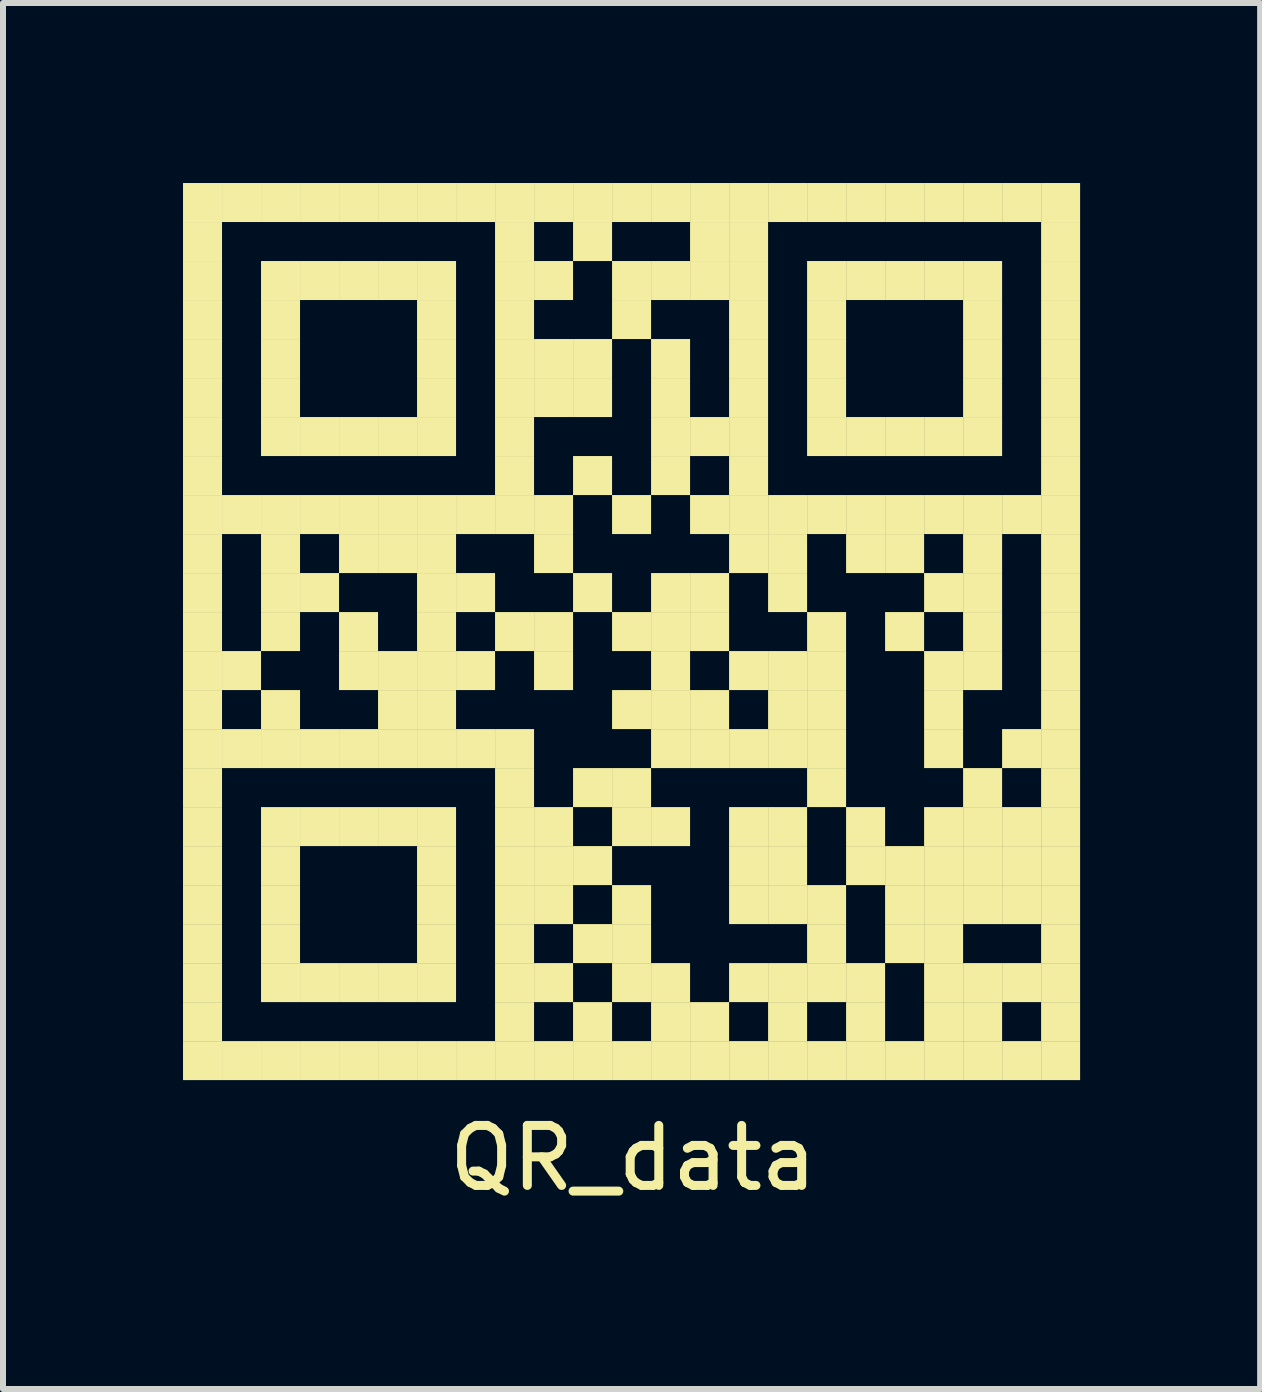
<source format=kicad_pcb>
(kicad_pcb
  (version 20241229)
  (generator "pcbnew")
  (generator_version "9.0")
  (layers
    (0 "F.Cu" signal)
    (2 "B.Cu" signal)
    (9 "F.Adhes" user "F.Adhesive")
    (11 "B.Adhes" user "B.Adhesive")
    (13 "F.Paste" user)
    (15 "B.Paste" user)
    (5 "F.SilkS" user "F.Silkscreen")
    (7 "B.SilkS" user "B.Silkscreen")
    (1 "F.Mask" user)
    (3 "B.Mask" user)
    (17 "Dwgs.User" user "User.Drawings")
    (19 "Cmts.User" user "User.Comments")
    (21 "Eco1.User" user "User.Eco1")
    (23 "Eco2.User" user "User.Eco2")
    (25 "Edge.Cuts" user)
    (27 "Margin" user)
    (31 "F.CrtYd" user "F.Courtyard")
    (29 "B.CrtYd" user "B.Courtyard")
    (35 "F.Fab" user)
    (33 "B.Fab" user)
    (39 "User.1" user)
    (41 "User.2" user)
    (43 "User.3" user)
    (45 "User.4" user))
  (footprint "QR_data"
    (layer "F.Cu")
    (at 7.5 7.5)
    (property "Reference" "QR_data" (at 0 8.75 0) (layer "F.SilkS") (effects (font (size 1 1) (thickness 0.15))))
    (attr exclude_from_pos_files exclude_from_bom)
    (fp_poly (pts (xy -7.5 -7.5) (xy -7.5 -6.85) (xy -6.85 -6.85) (xy -6.85 -7.5)) (stroke (width 0) (type solid)) (fill yes) (layer "F.SilkS"))
    (fp_poly (pts (xy -7.5 -6.85) (xy -7.5 -6.2) (xy -6.85 -6.2) (xy -6.85 -6.85)) (stroke (width 0) (type solid)) (fill yes) (layer "F.SilkS"))
    (fp_poly (pts (xy -7.5 -6.2) (xy -7.5 -5.55) (xy -6.85 -5.55) (xy -6.85 -6.2)) (stroke (width 0) (type solid)) (fill yes) (layer "F.SilkS"))
    (fp_poly (pts (xy -7.5 -5.55) (xy -7.5 -4.9) (xy -6.85 -4.9) (xy -6.85 -5.55)) (stroke (width 0) (type solid)) (fill yes) (layer "F.SilkS"))
    (fp_poly (pts (xy -7.5 -4.9) (xy -7.5 -4.25) (xy -6.85 -4.25) (xy -6.85 -4.9)) (stroke (width 0) (type solid)) (fill yes) (layer "F.SilkS"))
    (fp_poly (pts (xy -7.5 -4.25) (xy -7.5 -3.6) (xy -6.85 -3.6) (xy -6.85 -4.25)) (stroke (width 0) (type solid)) (fill yes) (layer "F.SilkS"))
    (fp_poly (pts (xy -7.5 -3.6) (xy -7.5 -2.95) (xy -6.85 -2.95) (xy -6.85 -3.6)) (stroke (width 0) (type solid)) (fill yes) (layer "F.SilkS"))
    (fp_poly (pts (xy -7.5 -2.95) (xy -7.5 -2.3) (xy -6.85 -2.3) (xy -6.85 -2.95)) (stroke (width 0) (type solid)) (fill yes) (layer "F.SilkS"))
    (fp_poly (pts (xy -7.5 -2.3) (xy -7.5 -1.65) (xy -6.85 -1.65) (xy -6.85 -2.3)) (stroke (width 0) (type solid)) (fill yes) (layer "F.SilkS"))
    (fp_poly (pts (xy -7.5 -1.65) (xy -7.5 -1) (xy -6.85 -1) (xy -6.85 -1.65)) (stroke (width 0) (type solid)) (fill yes) (layer "F.SilkS"))
    (fp_poly (pts (xy -7.5 -1) (xy -7.5 -0.35) (xy -6.85 -0.35) (xy -6.85 -1)) (stroke (width 0) (type solid)) (fill yes) (layer "F.SilkS"))
    (fp_poly (pts (xy -7.5 -0.35) (xy -7.5 0.3) (xy -6.85 0.3) (xy -6.85 -0.35)) (stroke (width 0) (type solid)) (fill yes) (layer "F.SilkS"))
    (fp_poly (pts (xy -7.5 0.3) (xy -7.5 0.95) (xy -6.85 0.95) (xy -6.85 0.3)) (stroke (width 0) (type solid)) (fill yes) (layer "F.SilkS"))
    (fp_poly (pts (xy -7.5 0.95) (xy -7.5 1.6) (xy -6.85 1.6) (xy -6.85 0.95)) (stroke (width 0) (type solid)) (fill yes) (layer "F.SilkS"))
    (fp_poly (pts (xy -7.5 1.6) (xy -7.5 2.25) (xy -6.85 2.25) (xy -6.85 1.6)) (stroke (width 0) (type solid)) (fill yes) (layer "F.SilkS"))
    (fp_poly (pts (xy -7.5 2.25) (xy -7.5 2.9) (xy -6.85 2.9) (xy -6.85 2.25)) (stroke (width 0) (type solid)) (fill yes) (layer "F.SilkS"))
    (fp_poly (pts (xy -7.5 2.9) (xy -7.5 3.55) (xy -6.85 3.55) (xy -6.85 2.9)) (stroke (width 0) (type solid)) (fill yes) (layer "F.SilkS"))
    (fp_poly (pts (xy -7.5 3.55) (xy -7.5 4.2) (xy -6.85 4.2) (xy -6.85 3.55)) (stroke (width 0) (type solid)) (fill yes) (layer "F.SilkS"))
    (fp_poly (pts (xy -7.5 4.2) (xy -7.5 4.85) (xy -6.85 4.85) (xy -6.85 4.2)) (stroke (width 0) (type solid)) (fill yes) (layer "F.SilkS"))
    (fp_poly (pts (xy -7.5 4.85) (xy -7.5 5.5) (xy -6.85 5.5) (xy -6.85 4.85)) (stroke (width 0) (type solid)) (fill yes) (layer "F.SilkS"))
    (fp_poly (pts (xy -7.5 5.5) (xy -7.5 6.15) (xy -6.85 6.15) (xy -6.85 5.5)) (stroke (width 0) (type solid)) (fill yes) (layer "F.SilkS"))
    (fp_poly (pts (xy -7.5 6.15) (xy -7.5 6.8) (xy -6.85 6.8) (xy -6.85 6.15)) (stroke (width 0) (type solid)) (fill yes) (layer "F.SilkS"))
    (fp_poly (pts (xy -7.5 6.8) (xy -7.5 7.45) (xy -6.85 7.45) (xy -6.85 6.8)) (stroke (width 0) (type solid)) (fill yes) (layer "F.SilkS"))
    (fp_poly (pts (xy -6.85 -7.5) (xy -6.85 -6.85) (xy -6.2 -6.85) (xy -6.2 -7.5)) (stroke (width 0) (type solid)) (fill yes) (layer "F.SilkS"))
    (fp_poly (pts (xy -6.85 -2.3) (xy -6.85 -1.65) (xy -6.2 -1.65) (xy -6.2 -2.3)) (stroke (width 0) (type solid)) (fill yes) (layer "F.SilkS"))
    (fp_poly (pts (xy -6.85 0.3) (xy -6.85 0.95) (xy -6.2 0.95) (xy -6.2 0.3)) (stroke (width 0) (type solid)) (fill yes) (layer "F.SilkS"))
    (fp_poly (pts (xy -6.85 1.6) (xy -6.85 2.25) (xy -6.2 2.25) (xy -6.2 1.6)) (stroke (width 0) (type solid)) (fill yes) (layer "F.SilkS"))
    (fp_poly (pts (xy -6.85 6.8) (xy -6.85 7.45) (xy -6.2 7.45) (xy -6.2 6.8)) (stroke (width 0) (type solid)) (fill yes) (layer "F.SilkS"))
    (fp_poly (pts (xy -6.2 -7.5) (xy -6.2 -6.85) (xy -5.55 -6.85) (xy -5.55 -7.5)) (stroke (width 0) (type solid)) (fill yes) (layer "F.SilkS"))
    (fp_poly (pts (xy -6.2 -6.2) (xy -6.2 -5.55) (xy -5.55 -5.55) (xy -5.55 -6.2)) (stroke (width 0) (type solid)) (fill yes) (layer "F.SilkS"))
    (fp_poly (pts (xy -6.2 -5.55) (xy -6.2 -4.9) (xy -5.55 -4.9) (xy -5.55 -5.55)) (stroke (width 0) (type solid)) (fill yes) (layer "F.SilkS"))
    (fp_poly (pts (xy -6.2 -4.9) (xy -6.2 -4.25) (xy -5.55 -4.25) (xy -5.55 -4.9)) (stroke (width 0) (type solid)) (fill yes) (layer "F.SilkS"))
    (fp_poly (pts (xy -6.2 -4.25) (xy -6.2 -3.6) (xy -5.55 -3.6) (xy -5.55 -4.25)) (stroke (width 0) (type solid)) (fill yes) (layer "F.SilkS"))
    (fp_poly (pts (xy -6.2 -3.6) (xy -6.2 -2.95) (xy -5.55 -2.95) (xy -5.55 -3.6)) (stroke (width 0) (type solid)) (fill yes) (layer "F.SilkS"))
    (fp_poly (pts (xy -6.2 -2.3) (xy -6.2 -1.65) (xy -5.55 -1.65) (xy -5.55 -2.3)) (stroke (width 0) (type solid)) (fill yes) (layer "F.SilkS"))
    (fp_poly (pts (xy -6.2 -1.65) (xy -6.2 -1) (xy -5.55 -1) (xy -5.55 -1.65)) (stroke (width 0) (type solid)) (fill yes) (layer "F.SilkS"))
    (fp_poly (pts (xy -6.2 -1) (xy -6.2 -0.35) (xy -5.55 -0.35) (xy -5.55 -1)) (stroke (width 0) (type solid)) (fill yes) (layer "F.SilkS"))
    (fp_poly (pts (xy -6.2 -0.35) (xy -6.2 0.3) (xy -5.55 0.3) (xy -5.55 -0.35)) (stroke (width 0) (type solid)) (fill yes) (layer "F.SilkS"))
    (fp_poly (pts (xy -6.2 0.95) (xy -6.2 1.6) (xy -5.55 1.6) (xy -5.55 0.95)) (stroke (width 0) (type solid)) (fill yes) (layer "F.SilkS"))
    (fp_poly (pts (xy -6.2 1.6) (xy -6.2 2.25) (xy -5.55 2.25) (xy -5.55 1.6)) (stroke (width 0) (type solid)) (fill yes) (layer "F.SilkS"))
    (fp_poly (pts (xy -6.2 2.9) (xy -6.2 3.55) (xy -5.55 3.55) (xy -5.55 2.9)) (stroke (width 0) (type solid)) (fill yes) (layer "F.SilkS"))
    (fp_poly (pts (xy -6.2 3.55) (xy -6.2 4.2) (xy -5.55 4.2) (xy -5.55 3.55)) (stroke (width 0) (type solid)) (fill yes) (layer "F.SilkS"))
    (fp_poly (pts (xy -6.2 4.2) (xy -6.2 4.85) (xy -5.55 4.85) (xy -5.55 4.2)) (stroke (width 0) (type solid)) (fill yes) (layer "F.SilkS"))
    (fp_poly (pts (xy -6.2 4.85) (xy -6.2 5.5) (xy -5.55 5.5) (xy -5.55 4.85)) (stroke (width 0) (type solid)) (fill yes) (layer "F.SilkS"))
    (fp_poly (pts (xy -6.2 5.5) (xy -6.2 6.15) (xy -5.55 6.15) (xy -5.55 5.5)) (stroke (width 0) (type solid)) (fill yes) (layer "F.SilkS"))
    (fp_poly (pts (xy -6.2 6.8) (xy -6.2 7.45) (xy -5.55 7.45) (xy -5.55 6.8)) (stroke (width 0) (type solid)) (fill yes) (layer "F.SilkS"))
    (fp_poly (pts (xy -5.55 -7.5) (xy -5.55 -6.85) (xy -4.9 -6.85) (xy -4.9 -7.5)) (stroke (width 0) (type solid)) (fill yes) (layer "F.SilkS"))
    (fp_poly (pts (xy -5.55 -6.2) (xy -5.55 -5.55) (xy -4.9 -5.55) (xy -4.9 -6.2)) (stroke (width 0) (type solid)) (fill yes) (layer "F.SilkS"))
    (fp_poly (pts (xy -5.55 -3.6) (xy -5.55 -2.95) (xy -4.9 -2.95) (xy -4.9 -3.6)) (stroke (width 0) (type solid)) (fill yes) (layer "F.SilkS"))
    (fp_poly (pts (xy -5.55 -2.3) (xy -5.55 -1.65) (xy -4.9 -1.65) (xy -4.9 -2.3)) (stroke (width 0) (type solid)) (fill yes) (layer "F.SilkS"))
    (fp_poly (pts (xy -5.55 -1) (xy -5.55 -0.35) (xy -4.9 -0.35) (xy -4.9 -1)) (stroke (width 0) (type solid)) (fill yes) (layer "F.SilkS"))
    (fp_poly (pts (xy -5.55 1.6) (xy -5.55 2.25) (xy -4.9 2.25) (xy -4.9 1.6)) (stroke (width 0) (type solid)) (fill yes) (layer "F.SilkS"))
    (fp_poly (pts (xy -5.55 2.9) (xy -5.55 3.55) (xy -4.9 3.55) (xy -4.9 2.9)) (stroke (width 0) (type solid)) (fill yes) (layer "F.SilkS"))
    (fp_poly (pts (xy -5.55 5.5) (xy -5.55 6.15) (xy -4.9 6.15) (xy -4.9 5.5)) (stroke (width 0) (type solid)) (fill yes) (layer "F.SilkS"))
    (fp_poly (pts (xy -5.55 6.8) (xy -5.55 7.45) (xy -4.9 7.45) (xy -4.9 6.8)) (stroke (width 0) (type solid)) (fill yes) (layer "F.SilkS"))
    (fp_poly (pts (xy -4.9 -7.5) (xy -4.9 -6.85) (xy -4.25 -6.85) (xy -4.25 -7.5)) (stroke (width 0) (type solid)) (fill yes) (layer "F.SilkS"))
    (fp_poly (pts (xy -4.9 -6.2) (xy -4.9 -5.55) (xy -4.25 -5.55) (xy -4.25 -6.2)) (stroke (width 0) (type solid)) (fill yes) (layer "F.SilkS"))
    (fp_poly (pts (xy -4.9 -3.6) (xy -4.9 -2.95) (xy -4.25 -2.95) (xy -4.25 -3.6)) (stroke (width 0) (type solid)) (fill yes) (layer "F.SilkS"))
    (fp_poly (pts (xy -4.9 -2.3) (xy -4.9 -1.65) (xy -4.25 -1.65) (xy -4.25 -2.3)) (stroke (width 0) (type solid)) (fill yes) (layer "F.SilkS"))
    (fp_poly (pts (xy -4.9 -1.65) (xy -4.9 -1) (xy -4.25 -1) (xy -4.25 -1.65)) (stroke (width 0) (type solid)) (fill yes) (layer "F.SilkS"))
    (fp_poly (pts (xy -4.9 -0.35) (xy -4.9 0.3) (xy -4.25 0.3) (xy -4.25 -0.35)) (stroke (width 0) (type solid)) (fill yes) (layer "F.SilkS"))
    (fp_poly (pts (xy -4.9 0.3) (xy -4.9 0.95) (xy -4.25 0.95) (xy -4.25 0.3)) (stroke (width 0) (type solid)) (fill yes) (layer "F.SilkS"))
    (fp_poly (pts (xy -4.9 1.6) (xy -4.9 2.25) (xy -4.25 2.25) (xy -4.25 1.6)) (stroke (width 0) (type solid)) (fill yes) (layer "F.SilkS"))
    (fp_poly (pts (xy -4.9 2.9) (xy -4.9 3.55) (xy -4.25 3.55) (xy -4.25 2.9)) (stroke (width 0) (type solid)) (fill yes) (layer "F.SilkS"))
    (fp_poly (pts (xy -4.9 5.5) (xy -4.9 6.15) (xy -4.25 6.15) (xy -4.25 5.5)) (stroke (width 0) (type solid)) (fill yes) (layer "F.SilkS"))
    (fp_poly (pts (xy -4.9 6.8) (xy -4.9 7.45) (xy -4.25 7.45) (xy -4.25 6.8)) (stroke (width 0) (type solid)) (fill yes) (layer "F.SilkS"))
    (fp_poly (pts (xy -4.25 -7.5) (xy -4.25 -6.85) (xy -3.6 -6.85) (xy -3.6 -7.5)) (stroke (width 0) (type solid)) (fill yes) (layer "F.SilkS"))
    (fp_poly (pts (xy -4.25 -6.2) (xy -4.25 -5.55) (xy -3.6 -5.55) (xy -3.6 -6.2)) (stroke (width 0) (type solid)) (fill yes) (layer "F.SilkS"))
    (fp_poly (pts (xy -4.25 -3.6) (xy -4.25 -2.95) (xy -3.6 -2.95) (xy -3.6 -3.6)) (stroke (width 0) (type solid)) (fill yes) (layer "F.SilkS"))
    (fp_poly (pts (xy -4.25 -2.3) (xy -4.25 -1.65) (xy -3.6 -1.65) (xy -3.6 -2.3)) (stroke (width 0) (type solid)) (fill yes) (layer "F.SilkS"))
    (fp_poly (pts (xy -4.25 -1.65) (xy -4.25 -1) (xy -3.6 -1) (xy -3.6 -1.65)) (stroke (width 0) (type solid)) (fill yes) (layer "F.SilkS"))
    (fp_poly (pts (xy -4.25 0.3) (xy -4.25 0.95) (xy -3.6 0.95) (xy -3.6 0.3)) (stroke (width 0) (type solid)) (fill yes) (layer "F.SilkS"))
    (fp_poly (pts (xy -4.25 0.95) (xy -4.25 1.6) (xy -3.6 1.6) (xy -3.6 0.95)) (stroke (width 0) (type solid)) (fill yes) (layer "F.SilkS"))
    (fp_poly (pts (xy -4.25 1.6) (xy -4.25 2.25) (xy -3.6 2.25) (xy -3.6 1.6)) (stroke (width 0) (type solid)) (fill yes) (layer "F.SilkS"))
    (fp_poly (pts (xy -4.25 2.9) (xy -4.25 3.55) (xy -3.6 3.55) (xy -3.6 2.9)) (stroke (width 0) (type solid)) (fill yes) (layer "F.SilkS"))
    (fp_poly (pts (xy -4.25 5.5) (xy -4.25 6.15) (xy -3.6 6.15) (xy -3.6 5.5)) (stroke (width 0) (type solid)) (fill yes) (layer "F.SilkS"))
    (fp_poly (pts (xy -4.25 6.8) (xy -4.25 7.45) (xy -3.6 7.45) (xy -3.6 6.8)) (stroke (width 0) (type solid)) (fill yes) (layer "F.SilkS"))
    (fp_poly (pts (xy -3.6 -7.5) (xy -3.6 -6.85) (xy -2.95 -6.85) (xy -2.95 -7.5)) (stroke (width 0) (type solid)) (fill yes) (layer "F.SilkS"))
    (fp_poly (pts (xy -3.6 -6.2) (xy -3.6 -5.55) (xy -2.95 -5.55) (xy -2.95 -6.2)) (stroke (width 0) (type solid)) (fill yes) (layer "F.SilkS"))
    (fp_poly (pts (xy -3.6 -5.55) (xy -3.6 -4.9) (xy -2.95 -4.9) (xy -2.95 -5.55)) (stroke (width 0) (type solid)) (fill yes) (layer "F.SilkS"))
    (fp_poly (pts (xy -3.6 -4.9) (xy -3.6 -4.25) (xy -2.95 -4.25) (xy -2.95 -4.9)) (stroke (width 0) (type solid)) (fill yes) (layer "F.SilkS"))
    (fp_poly (pts (xy -3.6 -4.25) (xy -3.6 -3.6) (xy -2.95 -3.6) (xy -2.95 -4.25)) (stroke (width 0) (type solid)) (fill yes) (layer "F.SilkS"))
    (fp_poly (pts (xy -3.6 -3.6) (xy -3.6 -2.95) (xy -2.95 -2.95) (xy -2.95 -3.6)) (stroke (width 0) (type solid)) (fill yes) (layer "F.SilkS"))
    (fp_poly (pts (xy -3.6 -2.3) (xy -3.6 -1.65) (xy -2.95 -1.65) (xy -2.95 -2.3)) (stroke (width 0) (type solid)) (fill yes) (layer "F.SilkS"))
    (fp_poly (pts (xy -3.6 -1.65) (xy -3.6 -1) (xy -2.95 -1) (xy -2.95 -1.65)) (stroke (width 0) (type solid)) (fill yes) (layer "F.SilkS"))
    (fp_poly (pts (xy -3.6 -1) (xy -3.6 -0.35) (xy -2.95 -0.35) (xy -2.95 -1)) (stroke (width 0) (type solid)) (fill yes) (layer "F.SilkS"))
    (fp_poly (pts (xy -3.6 -0.35) (xy -3.6 0.3) (xy -2.95 0.3) (xy -2.95 -0.35)) (stroke (width 0) (type solid)) (fill yes) (layer "F.SilkS"))
    (fp_poly (pts (xy -3.6 0.3) (xy -3.6 0.95) (xy -2.95 0.95) (xy -2.95 0.3)) (stroke (width 0) (type solid)) (fill yes) (layer "F.SilkS"))
    (fp_poly (pts (xy -3.6 0.95) (xy -3.6 1.6) (xy -2.95 1.6) (xy -2.95 0.95)) (stroke (width 0) (type solid)) (fill yes) (layer "F.SilkS"))
    (fp_poly (pts (xy -3.6 1.6) (xy -3.6 2.25) (xy -2.95 2.25) (xy -2.95 1.6)) (stroke (width 0) (type solid)) (fill yes) (layer "F.SilkS"))
    (fp_poly (pts (xy -3.6 2.9) (xy -3.6 3.55) (xy -2.95 3.55) (xy -2.95 2.9)) (stroke (width 0) (type solid)) (fill yes) (layer "F.SilkS"))
    (fp_poly (pts (xy -3.6 3.55) (xy -3.6 4.2) (xy -2.95 4.2) (xy -2.95 3.55)) (stroke (width 0) (type solid)) (fill yes) (layer "F.SilkS"))
    (fp_poly (pts (xy -3.6 4.2) (xy -3.6 4.85) (xy -2.95 4.85) (xy -2.95 4.2)) (stroke (width 0) (type solid)) (fill yes) (layer "F.SilkS"))
    (fp_poly (pts (xy -3.6 4.85) (xy -3.6 5.5) (xy -2.95 5.5) (xy -2.95 4.85)) (stroke (width 0) (type solid)) (fill yes) (layer "F.SilkS"))
    (fp_poly (pts (xy -3.6 5.5) (xy -3.6 6.15) (xy -2.95 6.15) (xy -2.95 5.5)) (stroke (width 0) (type solid)) (fill yes) (layer "F.SilkS"))
    (fp_poly (pts (xy -3.6 6.8) (xy -3.6 7.45) (xy -2.95 7.45) (xy -2.95 6.8)) (stroke (width 0) (type solid)) (fill yes) (layer "F.SilkS"))
    (fp_poly (pts (xy -2.95 -7.5) (xy -2.95 -6.85) (xy -2.3 -6.85) (xy -2.3 -7.5)) (stroke (width 0) (type solid)) (fill yes) (layer "F.SilkS"))
    (fp_poly (pts (xy -2.95 -2.3) (xy -2.95 -1.65) (xy -2.3 -1.65) (xy -2.3 -2.3)) (stroke (width 0) (type solid)) (fill yes) (layer "F.SilkS"))
    (fp_poly (pts (xy -2.95 -1) (xy -2.95 -0.35) (xy -2.3 -0.35) (xy -2.3 -1)) (stroke (width 0) (type solid)) (fill yes) (layer "F.SilkS"))
    (fp_poly (pts (xy -2.95 0.3) (xy -2.95 0.95) (xy -2.3 0.95) (xy -2.3 0.3)) (stroke (width 0) (type solid)) (fill yes) (layer "F.SilkS"))
    (fp_poly (pts (xy -2.95 1.6) (xy -2.95 2.25) (xy -2.3 2.25) (xy -2.3 1.6)) (stroke (width 0) (type solid)) (fill yes) (layer "F.SilkS"))
    (fp_poly (pts (xy -2.95 6.8) (xy -2.95 7.45) (xy -2.3 7.45) (xy -2.3 6.8)) (stroke (width 0) (type solid)) (fill yes) (layer "F.SilkS"))
    (fp_poly (pts (xy -2.3 -7.5) (xy -2.3 -6.85) (xy -1.65 -6.85) (xy -1.65 -7.5)) (stroke (width 0) (type solid)) (fill yes) (layer "F.SilkS"))
    (fp_poly (pts (xy -2.3 -6.85) (xy -2.3 -6.2) (xy -1.65 -6.2) (xy -1.65 -6.85)) (stroke (width 0) (type solid)) (fill yes) (layer "F.SilkS"))
    (fp_poly (pts (xy -2.3 -6.2) (xy -2.3 -5.55) (xy -1.65 -5.55) (xy -1.65 -6.2)) (stroke (width 0) (type solid)) (fill yes) (layer "F.SilkS"))
    (fp_poly (pts (xy -2.3 -5.55) (xy -2.3 -4.9) (xy -1.65 -4.9) (xy -1.65 -5.55)) (stroke (width 0) (type solid)) (fill yes) (layer "F.SilkS"))
    (fp_poly (pts (xy -2.3 -4.9) (xy -2.3 -4.25) (xy -1.65 -4.25) (xy -1.65 -4.9)) (stroke (width 0) (type solid)) (fill yes) (layer "F.SilkS"))
    (fp_poly (pts (xy -2.3 -4.25) (xy -2.3 -3.6) (xy -1.65 -3.6) (xy -1.65 -4.25)) (stroke (width 0) (type solid)) (fill yes) (layer "F.SilkS"))
    (fp_poly (pts (xy -2.3 -3.6) (xy -2.3 -2.95) (xy -1.65 -2.95) (xy -1.65 -3.6)) (stroke (width 0) (type solid)) (fill yes) (layer "F.SilkS"))
    (fp_poly (pts (xy -2.3 -2.95) (xy -2.3 -2.3) (xy -1.65 -2.3) (xy -1.65 -2.95)) (stroke (width 0) (type solid)) (fill yes) (layer "F.SilkS"))
    (fp_poly (pts (xy -2.3 -2.3) (xy -2.3 -1.65) (xy -1.65 -1.65) (xy -1.65 -2.3)) (stroke (width 0) (type solid)) (fill yes) (layer "F.SilkS"))
    (fp_poly (pts (xy -2.3 -0.35) (xy -2.3 0.3) (xy -1.65 0.3) (xy -1.65 -0.35)) (stroke (width 0) (type solid)) (fill yes) (layer "F.SilkS"))
    (fp_poly (pts (xy -2.3 1.6) (xy -2.3 2.25) (xy -1.65 2.25) (xy -1.65 1.6)) (stroke (width 0) (type solid)) (fill yes) (layer "F.SilkS"))
    (fp_poly (pts (xy -2.3 2.25) (xy -2.3 2.9) (xy -1.65 2.9) (xy -1.65 2.25)) (stroke (width 0) (type solid)) (fill yes) (layer "F.SilkS"))
    (fp_poly (pts (xy -2.3 2.9) (xy -2.3 3.55) (xy -1.65 3.55) (xy -1.65 2.9)) (stroke (width 0) (type solid)) (fill yes) (layer "F.SilkS"))
    (fp_poly (pts (xy -2.3 3.55) (xy -2.3 4.2) (xy -1.65 4.2) (xy -1.65 3.55)) (stroke (width 0) (type solid)) (fill yes) (layer "F.SilkS"))
    (fp_poly (pts (xy -2.3 4.2) (xy -2.3 4.85) (xy -1.65 4.85) (xy -1.65 4.2)) (stroke (width 0) (type solid)) (fill yes) (layer "F.SilkS"))
    (fp_poly (pts (xy -2.3 4.85) (xy -2.3 5.5) (xy -1.65 5.5) (xy -1.65 4.85)) (stroke (width 0) (type solid)) (fill yes) (layer "F.SilkS"))
    (fp_poly (pts (xy -2.3 5.5) (xy -2.3 6.15) (xy -1.65 6.15) (xy -1.65 5.5)) (stroke (width 0) (type solid)) (fill yes) (layer "F.SilkS"))
    (fp_poly (pts (xy -2.3 6.15) (xy -2.3 6.8) (xy -1.65 6.8) (xy -1.65 6.15)) (stroke (width 0) (type solid)) (fill yes) (layer "F.SilkS"))
    (fp_poly (pts (xy -2.3 6.8) (xy -2.3 7.45) (xy -1.65 7.45) (xy -1.65 6.8)) (stroke (width 0) (type solid)) (fill yes) (layer "F.SilkS"))
    (fp_poly (pts (xy -1.65 -7.5) (xy -1.65 -6.85) (xy -1 -6.85) (xy -1 -7.5)) (stroke (width 0) (type solid)) (fill yes) (layer "F.SilkS"))
    (fp_poly (pts (xy -1.65 -6.2) (xy -1.65 -5.55) (xy -1 -5.55) (xy -1 -6.2)) (stroke (width 0) (type solid)) (fill yes) (layer "F.SilkS"))
    (fp_poly (pts (xy -1.65 -4.9) (xy -1.65 -4.25) (xy -1 -4.25) (xy -1 -4.9)) (stroke (width 0) (type solid)) (fill yes) (layer "F.SilkS"))
    (fp_poly (pts (xy -1.65 -4.25) (xy -1.65 -3.6) (xy -1 -3.6) (xy -1 -4.25)) (stroke (width 0) (type solid)) (fill yes) (layer "F.SilkS"))
    (fp_poly (pts (xy -1.65 -2.3) (xy -1.65 -1.65) (xy -1 -1.65) (xy -1 -2.3)) (stroke (width 0) (type solid)) (fill yes) (layer "F.SilkS"))
    (fp_poly (pts (xy -1.65 -1.65) (xy -1.65 -1) (xy -1 -1) (xy -1 -1.65)) (stroke (width 0) (type solid)) (fill yes) (layer "F.SilkS"))
    (fp_poly (pts (xy -1.65 -0.35) (xy -1.65 0.3) (xy -1 0.3) (xy -1 -0.35)) (stroke (width 0) (type solid)) (fill yes) (layer "F.SilkS"))
    (fp_poly (pts (xy -1.65 0.3) (xy -1.65 0.95) (xy -1 0.95) (xy -1 0.3)) (stroke (width 0) (type solid)) (fill yes) (layer "F.SilkS"))
    (fp_poly (pts (xy -1.65 2.9) (xy -1.65 3.55) (xy -1 3.55) (xy -1 2.9)) (stroke (width 0) (type solid)) (fill yes) (layer "F.SilkS"))
    (fp_poly (pts (xy -1.65 3.55) (xy -1.65 4.2) (xy -1 4.2) (xy -1 3.55)) (stroke (width 0) (type solid)) (fill yes) (layer "F.SilkS"))
    (fp_poly (pts (xy -1.65 4.2) (xy -1.65 4.85) (xy -1 4.85) (xy -1 4.2)) (stroke (width 0) (type solid)) (fill yes) (layer "F.SilkS"))
    (fp_poly (pts (xy -1.65 5.5) (xy -1.65 6.15) (xy -1 6.15) (xy -1 5.5)) (stroke (width 0) (type solid)) (fill yes) (layer "F.SilkS"))
    (fp_poly (pts (xy -1.65 6.8) (xy -1.65 7.45) (xy -1 7.45) (xy -1 6.8)) (stroke (width 0) (type solid)) (fill yes) (layer "F.SilkS"))
    (fp_poly (pts (xy -1 -7.5) (xy -1 -6.85) (xy -0.35 -6.85) (xy -0.35 -7.5)) (stroke (width 0) (type solid)) (fill yes) (layer "F.SilkS"))
    (fp_poly (pts (xy -1 -6.85) (xy -1 -6.2) (xy -0.35 -6.2) (xy -0.35 -6.85)) (stroke (width 0) (type solid)) (fill yes) (layer "F.SilkS"))
    (fp_poly (pts (xy -1 -4.9) (xy -1 -4.25) (xy -0.35 -4.25) (xy -0.35 -4.9)) (stroke (width 0) (type solid)) (fill yes) (layer "F.SilkS"))
    (fp_poly (pts (xy -1 -4.25) (xy -1 -3.6) (xy -0.35 -3.6) (xy -0.35 -4.25)) (stroke (width 0) (type solid)) (fill yes) (layer "F.SilkS"))
    (fp_poly (pts (xy -1 -2.95) (xy -1 -2.3) (xy -0.35 -2.3) (xy -0.35 -2.95)) (stroke (width 0) (type solid)) (fill yes) (layer "F.SilkS"))
    (fp_poly (pts (xy -1 -1) (xy -1 -0.35) (xy -0.35 -0.35) (xy -0.35 -1)) (stroke (width 0) (type solid)) (fill yes) (layer "F.SilkS"))
    (fp_poly (pts (xy -1 2.25) (xy -1 2.9) (xy -0.35 2.9) (xy -0.35 2.25)) (stroke (width 0) (type solid)) (fill yes) (layer "F.SilkS"))
    (fp_poly (pts (xy -1 3.55) (xy -1 4.2) (xy -0.35 4.2) (xy -0.35 3.55)) (stroke (width 0) (type solid)) (fill yes) (layer "F.SilkS"))
    (fp_poly (pts (xy -1 4.85) (xy -1 5.5) (xy -0.35 5.5) (xy -0.35 4.85)) (stroke (width 0) (type solid)) (fill yes) (layer "F.SilkS"))
    (fp_poly (pts (xy -1 6.15) (xy -1 6.8) (xy -0.35 6.8) (xy -0.35 6.15)) (stroke (width 0) (type solid)) (fill yes) (layer "F.SilkS"))
    (fp_poly (pts (xy -1 6.8) (xy -1 7.45) (xy -0.35 7.45) (xy -0.35 6.8)) (stroke (width 0) (type solid)) (fill yes) (layer "F.SilkS"))
    (fp_poly (pts (xy -0.35 -7.5) (xy -0.35 -6.85) (xy 0.3 -6.85) (xy 0.3 -7.5)) (stroke (width 0) (type solid)) (fill yes) (layer "F.SilkS"))
    (fp_poly (pts (xy -0.35 -6.2) (xy -0.35 -5.55) (xy 0.3 -5.55) (xy 0.3 -6.2)) (stroke (width 0) (type solid)) (fill yes) (layer "F.SilkS"))
    (fp_poly (pts (xy -0.35 -5.55) (xy -0.35 -4.9) (xy 0.3 -4.9) (xy 0.3 -5.55)) (stroke (width 0) (type solid)) (fill yes) (layer "F.SilkS"))
    (fp_poly (pts (xy -0.35 -2.3) (xy -0.35 -1.65) (xy 0.3 -1.65) (xy 0.3 -2.3)) (stroke (width 0) (type solid)) (fill yes) (layer "F.SilkS"))
    (fp_poly (pts (xy -0.35 -0.35) (xy -0.35 0.3) (xy 0.3 0.3) (xy 0.3 -0.35)) (stroke (width 0) (type solid)) (fill yes) (layer "F.SilkS"))
    (fp_poly (pts (xy -0.35 0.95) (xy -0.35 1.6) (xy 0.3 1.6) (xy 0.3 0.95)) (stroke (width 0) (type solid)) (fill yes) (layer "F.SilkS"))
    (fp_poly (pts (xy -0.35 2.25) (xy -0.35 2.9) (xy 0.3 2.9) (xy 0.3 2.25)) (stroke (width 0) (type solid)) (fill yes) (layer "F.SilkS"))
    (fp_poly (pts (xy -0.35 2.9) (xy -0.35 3.55) (xy 0.3 3.55) (xy 0.3 2.9)) (stroke (width 0) (type solid)) (fill yes) (layer "F.SilkS"))
    (fp_poly (pts (xy -0.35 4.2) (xy -0.35 4.85) (xy 0.3 4.85) (xy 0.3 4.2)) (stroke (width 0) (type solid)) (fill yes) (layer "F.SilkS"))
    (fp_poly (pts (xy -0.35 4.85) (xy -0.35 5.5) (xy 0.3 5.5) (xy 0.3 4.85)) (stroke (width 0) (type solid)) (fill yes) (layer "F.SilkS"))
    (fp_poly (pts (xy -0.35 5.5) (xy -0.35 6.15) (xy 0.3 6.15) (xy 0.3 5.5)) (stroke (width 0) (type solid)) (fill yes) (layer "F.SilkS"))
    (fp_poly (pts (xy -0.35 6.8) (xy -0.35 7.45) (xy 0.3 7.45) (xy 0.3 6.8)) (stroke (width 0) (type solid)) (fill yes) (layer "F.SilkS"))
    (fp_poly (pts (xy 0.3 -7.5) (xy 0.3 -6.85) (xy 0.95 -6.85) (xy 0.95 -7.5)) (stroke (width 0) (type solid)) (fill yes) (layer "F.SilkS"))
    (fp_poly (pts (xy 0.3 -6.2) (xy 0.3 -5.55) (xy 0.95 -5.55) (xy 0.95 -6.2)) (stroke (width 0) (type solid)) (fill yes) (layer "F.SilkS"))
    (fp_poly (pts (xy 0.3 -4.9) (xy 0.3 -4.25) (xy 0.95 -4.25) (xy 0.95 -4.9)) (stroke (width 0) (type solid)) (fill yes) (layer "F.SilkS"))
    (fp_poly (pts (xy 0.3 -4.25) (xy 0.3 -3.6) (xy 0.95 -3.6) (xy 0.95 -4.25)) (stroke (width 0) (type solid)) (fill yes) (layer "F.SilkS"))
    (fp_poly (pts (xy 0.3 -3.6) (xy 0.3 -2.95) (xy 0.95 -2.95) (xy 0.95 -3.6)) (stroke (width 0) (type solid)) (fill yes) (layer "F.SilkS"))
    (fp_poly (pts (xy 0.3 -2.95) (xy 0.3 -2.3) (xy 0.95 -2.3) (xy 0.95 -2.95)) (stroke (width 0) (type solid)) (fill yes) (layer "F.SilkS"))
    (fp_poly (pts (xy 0.3 -1) (xy 0.3 -0.35) (xy 0.95 -0.35) (xy 0.95 -1)) (stroke (width 0) (type solid)) (fill yes) (layer "F.SilkS"))
    (fp_poly (pts (xy 0.3 -0.35) (xy 0.3 0.3) (xy 0.95 0.3) (xy 0.95 -0.35)) (stroke (width 0) (type solid)) (fill yes) (layer "F.SilkS"))
    (fp_poly (pts (xy 0.3 0.3) (xy 0.3 0.95) (xy 0.95 0.95) (xy 0.95 0.3)) (stroke (width 0) (type solid)) (fill yes) (layer "F.SilkS"))
    (fp_poly (pts (xy 0.3 0.95) (xy 0.3 1.6) (xy 0.95 1.6) (xy 0.95 0.95)) (stroke (width 0) (type solid)) (fill yes) (layer "F.SilkS"))
    (fp_poly (pts (xy 0.3 1.6) (xy 0.3 2.25) (xy 0.95 2.25) (xy 0.95 1.6)) (stroke (width 0) (type solid)) (fill yes) (layer "F.SilkS"))
    (fp_poly (pts (xy 0.3 2.9) (xy 0.3 3.55) (xy 0.95 3.55) (xy 0.95 2.9)) (stroke (width 0) (type solid)) (fill yes) (layer "F.SilkS"))
    (fp_poly (pts (xy 0.3 5.5) (xy 0.3 6.15) (xy 0.95 6.15) (xy 0.95 5.5)) (stroke (width 0) (type solid)) (fill yes) (layer "F.SilkS"))
    (fp_poly (pts (xy 0.3 6.15) (xy 0.3 6.8) (xy 0.95 6.8) (xy 0.95 6.15)) (stroke (width 0) (type solid)) (fill yes) (layer "F.SilkS"))
    (fp_poly (pts (xy 0.3 6.8) (xy 0.3 7.45) (xy 0.95 7.45) (xy 0.95 6.8)) (stroke (width 0) (type solid)) (fill yes) (layer "F.SilkS"))
    (fp_poly (pts (xy 0.95 -7.5) (xy 0.95 -6.85) (xy 1.6 -6.85) (xy 1.6 -7.5)) (stroke (width 0) (type solid)) (fill yes) (layer "F.SilkS"))
    (fp_poly (pts (xy 0.95 -6.85) (xy 0.95 -6.2) (xy 1.6 -6.2) (xy 1.6 -6.85)) (stroke (width 0) (type solid)) (fill yes) (layer "F.SilkS"))
    (fp_poly (pts (xy 0.95 -6.2) (xy 0.95 -5.55) (xy 1.6 -5.55) (xy 1.6 -6.2)) (stroke (width 0) (type solid)) (fill yes) (layer "F.SilkS"))
    (fp_poly (pts (xy 0.95 -3.6) (xy 0.95 -2.95) (xy 1.6 -2.95) (xy 1.6 -3.6)) (stroke (width 0) (type solid)) (fill yes) (layer "F.SilkS"))
    (fp_poly (pts (xy 0.95 -2.3) (xy 0.95 -1.65) (xy 1.6 -1.65) (xy 1.6 -2.3)) (stroke (width 0) (type solid)) (fill yes) (layer "F.SilkS"))
    (fp_poly (pts (xy 0.95 -1) (xy 0.95 -0.35) (xy 1.6 -0.35) (xy 1.6 -1)) (stroke (width 0) (type solid)) (fill yes) (layer "F.SilkS"))
    (fp_poly (pts (xy 0.95 -0.35) (xy 0.95 0.3) (xy 1.6 0.3) (xy 1.6 -0.35)) (stroke (width 0) (type solid)) (fill yes) (layer "F.SilkS"))
    (fp_poly (pts (xy 0.95 0.95) (xy 0.95 1.6) (xy 1.6 1.6) (xy 1.6 0.95)) (stroke (width 0) (type solid)) (fill yes) (layer "F.SilkS"))
    (fp_poly (pts (xy 0.95 1.6) (xy 0.95 2.25) (xy 1.6 2.25) (xy 1.6 1.6)) (stroke (width 0) (type solid)) (fill yes) (layer "F.SilkS"))
    (fp_poly (pts (xy 0.95 6.15) (xy 0.95 6.8) (xy 1.6 6.8) (xy 1.6 6.15)) (stroke (width 0) (type solid)) (fill yes) (layer "F.SilkS"))
    (fp_poly (pts (xy 0.95 6.8) (xy 0.95 7.45) (xy 1.6 7.45) (xy 1.6 6.8)) (stroke (width 0) (type solid)) (fill yes) (layer "F.SilkS"))
    (fp_poly (pts (xy 1.6 -7.5) (xy 1.6 -6.85) (xy 2.25 -6.85) (xy 2.25 -7.5)) (stroke (width 0) (type solid)) (fill yes) (layer "F.SilkS"))
    (fp_poly (pts (xy 1.6 -6.85) (xy 1.6 -6.2) (xy 2.25 -6.2) (xy 2.25 -6.85)) (stroke (width 0) (type solid)) (fill yes) (layer "F.SilkS"))
    (fp_poly (pts (xy 1.6 -6.2) (xy 1.6 -5.55) (xy 2.25 -5.55) (xy 2.25 -6.2)) (stroke (width 0) (type solid)) (fill yes) (layer "F.SilkS"))
    (fp_poly (pts (xy 1.6 -5.55) (xy 1.6 -4.9) (xy 2.25 -4.9) (xy 2.25 -5.55)) (stroke (width 0) (type solid)) (fill yes) (layer "F.SilkS"))
    (fp_poly (pts (xy 1.6 -4.9) (xy 1.6 -4.25) (xy 2.25 -4.25) (xy 2.25 -4.9)) (stroke (width 0) (type solid)) (fill yes) (layer "F.SilkS"))
    (fp_poly (pts (xy 1.6 -4.25) (xy 1.6 -3.6) (xy 2.25 -3.6) (xy 2.25 -4.25)) (stroke (width 0) (type solid)) (fill yes) (layer "F.SilkS"))
    (fp_poly (pts (xy 1.6 -3.6) (xy 1.6 -2.95) (xy 2.25 -2.95) (xy 2.25 -3.6)) (stroke (width 0) (type solid)) (fill yes) (layer "F.SilkS"))
    (fp_poly (pts (xy 1.6 -2.95) (xy 1.6 -2.3) (xy 2.25 -2.3) (xy 2.25 -2.95)) (stroke (width 0) (type solid)) (fill yes) (layer "F.SilkS"))
    (fp_poly (pts (xy 1.6 -2.3) (xy 1.6 -1.65) (xy 2.25 -1.65) (xy 2.25 -2.3)) (stroke (width 0) (type solid)) (fill yes) (layer "F.SilkS"))
    (fp_poly (pts (xy 1.6 -1.65) (xy 1.6 -1) (xy 2.25 -1) (xy 2.25 -1.65)) (stroke (width 0) (type solid)) (fill yes) (layer "F.SilkS"))
    (fp_poly (pts (xy 1.6 0.3) (xy 1.6 0.95) (xy 2.25 0.95) (xy 2.25 0.3)) (stroke (width 0) (type solid)) (fill yes) (layer "F.SilkS"))
    (fp_poly (pts (xy 1.6 1.6) (xy 1.6 2.25) (xy 2.25 2.25) (xy 2.25 1.6)) (stroke (width 0) (type solid)) (fill yes) (layer "F.SilkS"))
    (fp_poly (pts (xy 1.6 2.9) (xy 1.6 3.55) (xy 2.25 3.55) (xy 2.25 2.9)) (stroke (width 0) (type solid)) (fill yes) (layer "F.SilkS"))
    (fp_poly (pts (xy 1.6 3.55) (xy 1.6 4.2) (xy 2.25 4.2) (xy 2.25 3.55)) (stroke (width 0) (type solid)) (fill yes) (layer "F.SilkS"))
    (fp_poly (pts (xy 1.6 4.2) (xy 1.6 4.85) (xy 2.25 4.85) (xy 2.25 4.2)) (stroke (width 0) (type solid)) (fill yes) (layer "F.SilkS"))
    (fp_poly (pts (xy 1.6 5.5) (xy 1.6 6.15) (xy 2.25 6.15) (xy 2.25 5.5)) (stroke (width 0) (type solid)) (fill yes) (layer "F.SilkS"))
    (fp_poly (pts (xy 1.6 6.8) (xy 1.6 7.45) (xy 2.25 7.45) (xy 2.25 6.8)) (stroke (width 0) (type solid)) (fill yes) (layer "F.SilkS"))
    (fp_poly (pts (xy 2.25 -7.5) (xy 2.25 -6.85) (xy 2.9 -6.85) (xy 2.9 -7.5)) (stroke (width 0) (type solid)) (fill yes) (layer "F.SilkS"))
    (fp_poly (pts (xy 2.25 -2.3) (xy 2.25 -1.65) (xy 2.9 -1.65) (xy 2.9 -2.3)) (stroke (width 0) (type solid)) (fill yes) (layer "F.SilkS"))
    (fp_poly (pts (xy 2.25 -1.65) (xy 2.25 -1) (xy 2.9 -1) (xy 2.9 -1.65)) (stroke (width 0) (type solid)) (fill yes) (layer "F.SilkS"))
    (fp_poly (pts (xy 2.25 -1) (xy 2.25 -0.35) (xy 2.9 -0.35) (xy 2.9 -1)) (stroke (width 0) (type solid)) (fill yes) (layer "F.SilkS"))
    (fp_poly (pts (xy 2.25 0.3) (xy 2.25 0.95) (xy 2.9 0.95) (xy 2.9 0.3)) (stroke (width 0) (type solid)) (fill yes) (layer "F.SilkS"))
    (fp_poly (pts (xy 2.25 0.95) (xy 2.25 1.6) (xy 2.9 1.6) (xy 2.9 0.95)) (stroke (width 0) (type solid)) (fill yes) (layer "F.SilkS"))
    (fp_poly (pts (xy 2.25 1.6) (xy 2.25 2.25) (xy 2.9 2.25) (xy 2.9 1.6)) (stroke (width 0) (type solid)) (fill yes) (layer "F.SilkS"))
    (fp_poly (pts (xy 2.25 2.9) (xy 2.25 3.55) (xy 2.9 3.55) (xy 2.9 2.9)) (stroke (width 0) (type solid)) (fill yes) (layer "F.SilkS"))
    (fp_poly (pts (xy 2.25 3.55) (xy 2.25 4.2) (xy 2.9 4.2) (xy 2.9 3.55)) (stroke (width 0) (type solid)) (fill yes) (layer "F.SilkS"))
    (fp_poly (pts (xy 2.25 4.2) (xy 2.25 4.85) (xy 2.9 4.85) (xy 2.9 4.2)) (stroke (width 0) (type solid)) (fill yes) (layer "F.SilkS"))
    (fp_poly (pts (xy 2.25 5.5) (xy 2.25 6.15) (xy 2.9 6.15) (xy 2.9 5.5)) (stroke (width 0) (type solid)) (fill yes) (layer "F.SilkS"))
    (fp_poly (pts (xy 2.25 6.15) (xy 2.25 6.8) (xy 2.9 6.8) (xy 2.9 6.15)) (stroke (width 0) (type solid)) (fill yes) (layer "F.SilkS"))
    (fp_poly (pts (xy 2.25 6.8) (xy 2.25 7.45) (xy 2.9 7.45) (xy 2.9 6.8)) (stroke (width 0) (type solid)) (fill yes) (layer "F.SilkS"))
    (fp_poly (pts (xy 2.9 -7.5) (xy 2.9 -6.85) (xy 3.55 -6.85) (xy 3.55 -7.5)) (stroke (width 0) (type solid)) (fill yes) (layer "F.SilkS"))
    (fp_poly (pts (xy 2.9 -6.2) (xy 2.9 -5.55) (xy 3.55 -5.55) (xy 3.55 -6.2)) (stroke (width 0) (type solid)) (fill yes) (layer "F.SilkS"))
    (fp_poly (pts (xy 2.9 -5.55) (xy 2.9 -4.9) (xy 3.55 -4.9) (xy 3.55 -5.55)) (stroke (width 0) (type solid)) (fill yes) (layer "F.SilkS"))
    (fp_poly (pts (xy 2.9 -4.9) (xy 2.9 -4.25) (xy 3.55 -4.25) (xy 3.55 -4.9)) (stroke (width 0) (type solid)) (fill yes) (layer "F.SilkS"))
    (fp_poly (pts (xy 2.9 -4.25) (xy 2.9 -3.6) (xy 3.55 -3.6) (xy 3.55 -4.25)) (stroke (width 0) (type solid)) (fill yes) (layer "F.SilkS"))
    (fp_poly (pts (xy 2.9 -3.6) (xy 2.9 -2.95) (xy 3.55 -2.95) (xy 3.55 -3.6)) (stroke (width 0) (type solid)) (fill yes) (layer "F.SilkS"))
    (fp_poly (pts (xy 2.9 -2.3) (xy 2.9 -1.65) (xy 3.55 -1.65) (xy 3.55 -2.3)) (stroke (width 0) (type solid)) (fill yes) (layer "F.SilkS"))
    (fp_poly (pts (xy 2.9 -0.35) (xy 2.9 0.3) (xy 3.55 0.3) (xy 3.55 -0.35)) (stroke (width 0) (type solid)) (fill yes) (layer "F.SilkS"))
    (fp_poly (pts (xy 2.9 0.3) (xy 2.9 0.95) (xy 3.55 0.95) (xy 3.55 0.3)) (stroke (width 0) (type solid)) (fill yes) (layer "F.SilkS"))
    (fp_poly (pts (xy 2.9 0.95) (xy 2.9 1.6) (xy 3.55 1.6) (xy 3.55 0.95)) (stroke (width 0) (type solid)) (fill yes) (layer "F.SilkS"))
    (fp_poly (pts (xy 2.9 1.6) (xy 2.9 2.25) (xy 3.55 2.25) (xy 3.55 1.6)) (stroke (width 0) (type solid)) (fill yes) (layer "F.SilkS"))
    (fp_poly (pts (xy 2.9 2.25) (xy 2.9 2.9) (xy 3.55 2.9) (xy 3.55 2.25)) (stroke (width 0) (type solid)) (fill yes) (layer "F.SilkS"))
    (fp_poly (pts (xy 2.9 4.2) (xy 2.9 4.85) (xy 3.55 4.85) (xy 3.55 4.2)) (stroke (width 0) (type solid)) (fill yes) (layer "F.SilkS"))
    (fp_poly (pts (xy 2.9 4.85) (xy 2.9 5.5) (xy 3.55 5.5) (xy 3.55 4.85)) (stroke (width 0) (type solid)) (fill yes) (layer "F.SilkS"))
    (fp_poly (pts (xy 2.9 5.5) (xy 2.9 6.15) (xy 3.55 6.15) (xy 3.55 5.5)) (stroke (width 0) (type solid)) (fill yes) (layer "F.SilkS"))
    (fp_poly (pts (xy 2.9 6.8) (xy 2.9 7.45) (xy 3.55 7.45) (xy 3.55 6.8)) (stroke (width 0) (type solid)) (fill yes) (layer "F.SilkS"))
    (fp_poly (pts (xy 3.55 -7.5) (xy 3.55 -6.85) (xy 4.2 -6.85) (xy 4.2 -7.5)) (stroke (width 0) (type solid)) (fill yes) (layer "F.SilkS"))
    (fp_poly (pts (xy 3.55 -6.2) (xy 3.55 -5.55) (xy 4.2 -5.55) (xy 4.2 -6.2)) (stroke (width 0) (type solid)) (fill yes) (layer "F.SilkS"))
    (fp_poly (pts (xy 3.55 -3.6) (xy 3.55 -2.95) (xy 4.2 -2.95) (xy 4.2 -3.6)) (stroke (width 0) (type solid)) (fill yes) (layer "F.SilkS"))
    (fp_poly (pts (xy 3.55 -2.3) (xy 3.55 -1.65) (xy 4.2 -1.65) (xy 4.2 -2.3)) (stroke (width 0) (type solid)) (fill yes) (layer "F.SilkS"))
    (fp_poly (pts (xy 3.55 -1.65) (xy 3.55 -1) (xy 4.2 -1) (xy 4.2 -1.65)) (stroke (width 0) (type solid)) (fill yes) (layer "F.SilkS"))
    (fp_poly (pts (xy 3.55 2.9) (xy 3.55 3.55) (xy 4.2 3.55) (xy 4.2 2.9)) (stroke (width 0) (type solid)) (fill yes) (layer "F.SilkS"))
    (fp_poly (pts (xy 3.55 3.55) (xy 3.55 4.2) (xy 4.2 4.2) (xy 4.2 3.55)) (stroke (width 0) (type solid)) (fill yes) (layer "F.SilkS"))
    (fp_poly (pts (xy 3.55 5.5) (xy 3.55 6.15) (xy 4.2 6.15) (xy 4.2 5.5)) (stroke (width 0) (type solid)) (fill yes) (layer "F.SilkS"))
    (fp_poly (pts (xy 3.55 6.15) (xy 3.55 6.8) (xy 4.2 6.8) (xy 4.2 6.15)) (stroke (width 0) (type solid)) (fill yes) (layer "F.SilkS"))
    (fp_poly (pts (xy 3.55 6.8) (xy 3.55 7.45) (xy 4.2 7.45) (xy 4.2 6.8)) (stroke (width 0) (type solid)) (fill yes) (layer "F.SilkS"))
    (fp_poly (pts (xy 4.2 -7.5) (xy 4.2 -6.85) (xy 4.85 -6.85) (xy 4.85 -7.5)) (stroke (width 0) (type solid)) (fill yes) (layer "F.SilkS"))
    (fp_poly (pts (xy 4.2 -6.2) (xy 4.2 -5.55) (xy 4.85 -5.55) (xy 4.85 -6.2)) (stroke (width 0) (type solid)) (fill yes) (layer "F.SilkS"))
    (fp_poly (pts (xy 4.2 -3.6) (xy 4.2 -2.95) (xy 4.85 -2.95) (xy 4.85 -3.6)) (stroke (width 0) (type solid)) (fill yes) (layer "F.SilkS"))
    (fp_poly (pts (xy 4.2 -2.3) (xy 4.2 -1.65) (xy 4.85 -1.65) (xy 4.85 -2.3)) (stroke (width 0) (type solid)) (fill yes) (layer "F.SilkS"))
    (fp_poly (pts (xy 4.2 -1.65) (xy 4.2 -1) (xy 4.85 -1) (xy 4.85 -1.65)) (stroke (width 0) (type solid)) (fill yes) (layer "F.SilkS"))
    (fp_poly (pts (xy 4.2 -0.35) (xy 4.2 0.3) (xy 4.85 0.3) (xy 4.85 -0.35)) (stroke (width 0) (type solid)) (fill yes) (layer "F.SilkS"))
    (fp_poly (pts (xy 4.2 3.55) (xy 4.2 4.2) (xy 4.85 4.2) (xy 4.85 3.55)) (stroke (width 0) (type solid)) (fill yes) (layer "F.SilkS"))
    (fp_poly (pts (xy 4.2 4.2) (xy 4.2 4.85) (xy 4.85 4.85) (xy 4.85 4.2)) (stroke (width 0) (type solid)) (fill yes) (layer "F.SilkS"))
    (fp_poly (pts (xy 4.2 4.85) (xy 4.2 5.5) (xy 4.85 5.5) (xy 4.85 4.85)) (stroke (width 0) (type solid)) (fill yes) (layer "F.SilkS"))
    (fp_poly (pts (xy 4.2 6.8) (xy 4.2 7.45) (xy 4.85 7.45) (xy 4.85 6.8)) (stroke (width 0) (type solid)) (fill yes) (layer "F.SilkS"))
    (fp_poly (pts (xy 4.85 -7.5) (xy 4.85 -6.85) (xy 5.5 -6.85) (xy 5.5 -7.5)) (stroke (width 0) (type solid)) (fill yes) (layer "F.SilkS"))
    (fp_poly (pts (xy 4.85 -6.2) (xy 4.85 -5.55) (xy 5.5 -5.55) (xy 5.5 -6.2)) (stroke (width 0) (type solid)) (fill yes) (layer "F.SilkS"))
    (fp_poly (pts (xy 4.85 -3.6) (xy 4.85 -2.95) (xy 5.5 -2.95) (xy 5.5 -3.6)) (stroke (width 0) (type solid)) (fill yes) (layer "F.SilkS"))
    (fp_poly (pts (xy 4.85 -2.3) (xy 4.85 -1.65) (xy 5.5 -1.65) (xy 5.5 -2.3)) (stroke (width 0) (type solid)) (fill yes) (layer "F.SilkS"))
    (fp_poly (pts (xy 4.85 -1) (xy 4.85 -0.35) (xy 5.5 -0.35) (xy 5.5 -1)) (stroke (width 0) (type solid)) (fill yes) (layer "F.SilkS"))
    (fp_poly (pts (xy 4.85 0.3) (xy 4.85 0.95) (xy 5.5 0.95) (xy 5.5 0.3)) (stroke (width 0) (type solid)) (fill yes) (layer "F.SilkS"))
    (fp_poly (pts (xy 4.85 0.95) (xy 4.85 1.6) (xy 5.5 1.6) (xy 5.5 0.95)) (stroke (width 0) (type solid)) (fill yes) (layer "F.SilkS"))
    (fp_poly (pts (xy 4.85 1.6) (xy 4.85 2.25) (xy 5.5 2.25) (xy 5.5 1.6)) (stroke (width 0) (type solid)) (fill yes) (layer "F.SilkS"))
    (fp_poly (pts (xy 4.85 2.9) (xy 4.85 3.55) (xy 5.5 3.55) (xy 5.5 2.9)) (stroke (width 0) (type solid)) (fill yes) (layer "F.SilkS"))
    (fp_poly (pts (xy 4.85 3.55) (xy 4.85 4.2) (xy 5.5 4.2) (xy 5.5 3.55)) (stroke (width 0) (type solid)) (fill yes) (layer "F.SilkS"))
    (fp_poly (pts (xy 4.85 4.2) (xy 4.85 4.85) (xy 5.5 4.85) (xy 5.5 4.2)) (stroke (width 0) (type solid)) (fill yes) (layer "F.SilkS"))
    (fp_poly (pts (xy 4.85 4.85) (xy 4.85 5.5) (xy 5.5 5.5) (xy 5.5 4.85)) (stroke (width 0) (type solid)) (fill yes) (layer "F.SilkS"))
    (fp_poly (pts (xy 4.85 5.5) (xy 4.85 6.15) (xy 5.5 6.15) (xy 5.5 5.5)) (stroke (width 0) (type solid)) (fill yes) (layer "F.SilkS"))
    (fp_poly (pts (xy 4.85 6.15) (xy 4.85 6.8) (xy 5.5 6.8) (xy 5.5 6.15)) (stroke (width 0) (type solid)) (fill yes) (layer "F.SilkS"))
    (fp_poly (pts (xy 4.85 6.8) (xy 4.85 7.45) (xy 5.5 7.45) (xy 5.5 6.8)) (stroke (width 0) (type solid)) (fill yes) (layer "F.SilkS"))
    (fp_poly (pts (xy 5.5 -7.5) (xy 5.5 -6.85) (xy 6.15 -6.85) (xy 6.15 -7.5)) (stroke (width 0) (type solid)) (fill yes) (layer "F.SilkS"))
    (fp_poly (pts (xy 5.5 -6.2) (xy 5.5 -5.55) (xy 6.15 -5.55) (xy 6.15 -6.2)) (stroke (width 0) (type solid)) (fill yes) (layer "F.SilkS"))
    (fp_poly (pts (xy 5.5 -5.55) (xy 5.5 -4.9) (xy 6.15 -4.9) (xy 6.15 -5.55)) (stroke (width 0) (type solid)) (fill yes) (layer "F.SilkS"))
    (fp_poly (pts (xy 5.5 -4.9) (xy 5.5 -4.25) (xy 6.15 -4.25) (xy 6.15 -4.9)) (stroke (width 0) (type solid)) (fill yes) (layer "F.SilkS"))
    (fp_poly (pts (xy 5.5 -4.25) (xy 5.5 -3.6) (xy 6.15 -3.6) (xy 6.15 -4.25)) (stroke (width 0) (type solid)) (fill yes) (layer "F.SilkS"))
    (fp_poly (pts (xy 5.5 -3.6) (xy 5.5 -2.95) (xy 6.15 -2.95) (xy 6.15 -3.6)) (stroke (width 0) (type solid)) (fill yes) (layer "F.SilkS"))
    (fp_poly (pts (xy 5.5 -2.3) (xy 5.5 -1.65) (xy 6.15 -1.65) (xy 6.15 -2.3)) (stroke (width 0) (type solid)) (fill yes) (layer "F.SilkS"))
    (fp_poly (pts (xy 5.5 -1.65) (xy 5.5 -1) (xy 6.15 -1) (xy 6.15 -1.65)) (stroke (width 0) (type solid)) (fill yes) (layer "F.SilkS"))
    (fp_poly (pts (xy 5.5 -1) (xy 5.5 -0.35) (xy 6.15 -0.35) (xy 6.15 -1)) (stroke (width 0) (type solid)) (fill yes) (layer "F.SilkS"))
    (fp_poly (pts (xy 5.5 -0.35) (xy 5.5 0.3) (xy 6.15 0.3) (xy 6.15 -0.35)) (stroke (width 0) (type solid)) (fill yes) (layer "F.SilkS"))
    (fp_poly (pts (xy 5.5 0.3) (xy 5.5 0.95) (xy 6.15 0.95) (xy 6.15 0.3)) (stroke (width 0) (type solid)) (fill yes) (layer "F.SilkS"))
    (fp_poly (pts (xy 5.5 2.25) (xy 5.5 2.9) (xy 6.15 2.9) (xy 6.15 2.25)) (stroke (width 0) (type solid)) (fill yes) (layer "F.SilkS"))
    (fp_poly (pts (xy 5.5 2.9) (xy 5.5 3.55) (xy 6.15 3.55) (xy 6.15 2.9)) (stroke (width 0) (type solid)) (fill yes) (layer "F.SilkS"))
    (fp_poly (pts (xy 5.5 3.55) (xy 5.5 4.2) (xy 6.15 4.2) (xy 6.15 3.55)) (stroke (width 0) (type solid)) (fill yes) (layer "F.SilkS"))
    (fp_poly (pts (xy 5.5 4.2) (xy 5.5 4.85) (xy 6.15 4.85) (xy 6.15 4.2)) (stroke (width 0) (type solid)) (fill yes) (layer "F.SilkS"))
    (fp_poly (pts (xy 5.5 5.5) (xy 5.5 6.15) (xy 6.15 6.15) (xy 6.15 5.5)) (stroke (width 0) (type solid)) (fill yes) (layer "F.SilkS"))
    (fp_poly (pts (xy 5.5 6.15) (xy 5.5 6.8) (xy 6.15 6.8) (xy 6.15 6.15)) (stroke (width 0) (type solid)) (fill yes) (layer "F.SilkS"))
    (fp_poly (pts (xy 5.5 6.8) (xy 5.5 7.45) (xy 6.15 7.45) (xy 6.15 6.8)) (stroke (width 0) (type solid)) (fill yes) (layer "F.SilkS"))
    (fp_poly (pts (xy 6.15 -7.5) (xy 6.15 -6.85) (xy 6.8 -6.85) (xy 6.8 -7.5)) (stroke (width 0) (type solid)) (fill yes) (layer "F.SilkS"))
    (fp_poly (pts (xy 6.15 -2.3) (xy 6.15 -1.65) (xy 6.8 -1.65) (xy 6.8 -2.3)) (stroke (width 0) (type solid)) (fill yes) (layer "F.SilkS"))
    (fp_poly (pts (xy 6.15 1.6) (xy 6.15 2.25) (xy 6.8 2.25) (xy 6.8 1.6)) (stroke (width 0) (type solid)) (fill yes) (layer "F.SilkS"))
    (fp_poly (pts (xy 6.15 2.9) (xy 6.15 3.55) (xy 6.8 3.55) (xy 6.8 2.9)) (stroke (width 0) (type solid)) (fill yes) (layer "F.SilkS"))
    (fp_poly (pts (xy 6.15 3.55) (xy 6.15 4.2) (xy 6.8 4.2) (xy 6.8 3.55)) (stroke (width 0) (type solid)) (fill yes) (layer "F.SilkS"))
    (fp_poly (pts (xy 6.15 4.2) (xy 6.15 4.85) (xy 6.8 4.85) (xy 6.8 4.2)) (stroke (width 0) (type solid)) (fill yes) (layer "F.SilkS"))
    (fp_poly (pts (xy 6.15 5.5) (xy 6.15 6.15) (xy 6.8 6.15) (xy 6.8 5.5)) (stroke (width 0) (type solid)) (fill yes) (layer "F.SilkS"))
    (fp_poly (pts (xy 6.15 6.8) (xy 6.15 7.45) (xy 6.8 7.45) (xy 6.8 6.8)) (stroke (width 0) (type solid)) (fill yes) (layer "F.SilkS"))
    (fp_poly (pts (xy 6.8 -7.5) (xy 6.8 -6.85) (xy 7.45 -6.85) (xy 7.45 -7.5)) (stroke (width 0) (type solid)) (fill yes) (layer "F.SilkS"))
    (fp_poly (pts (xy 6.8 -6.85) (xy 6.8 -6.2) (xy 7.45 -6.2) (xy 7.45 -6.85)) (stroke (width 0) (type solid)) (fill yes) (layer "F.SilkS"))
    (fp_poly (pts (xy 6.8 -6.2) (xy 6.8 -5.55) (xy 7.45 -5.55) (xy 7.45 -6.2)) (stroke (width 0) (type solid)) (fill yes) (layer "F.SilkS"))
    (fp_poly (pts (xy 6.8 -5.55) (xy 6.8 -4.9) (xy 7.45 -4.9) (xy 7.45 -5.55)) (stroke (width 0) (type solid)) (fill yes) (layer "F.SilkS"))
    (fp_poly (pts (xy 6.8 -4.9) (xy 6.8 -4.25) (xy 7.45 -4.25) (xy 7.45 -4.9)) (stroke (width 0) (type solid)) (fill yes) (layer "F.SilkS"))
    (fp_poly (pts (xy 6.8 -4.25) (xy 6.8 -3.6) (xy 7.45 -3.6) (xy 7.45 -4.25)) (stroke (width 0) (type solid)) (fill yes) (layer "F.SilkS"))
    (fp_poly (pts (xy 6.8 -3.6) (xy 6.8 -2.95) (xy 7.45 -2.95) (xy 7.45 -3.6)) (stroke (width 0) (type solid)) (fill yes) (layer "F.SilkS"))
    (fp_poly (pts (xy 6.8 -2.95) (xy 6.8 -2.3) (xy 7.45 -2.3) (xy 7.45 -2.95)) (stroke (width 0) (type solid)) (fill yes) (layer "F.SilkS"))
    (fp_poly (pts (xy 6.8 -2.3) (xy 6.8 -1.65) (xy 7.45 -1.65) (xy 7.45 -2.3)) (stroke (width 0) (type solid)) (fill yes) (layer "F.SilkS"))
    (fp_poly (pts (xy 6.8 -1.65) (xy 6.8 -1) (xy 7.45 -1) (xy 7.45 -1.65)) (stroke (width 0) (type solid)) (fill yes) (layer "F.SilkS"))
    (fp_poly (pts (xy 6.8 -1) (xy 6.8 -0.35) (xy 7.45 -0.35) (xy 7.45 -1)) (stroke (width 0) (type solid)) (fill yes) (layer "F.SilkS"))
    (fp_poly (pts (xy 6.8 -0.35) (xy 6.8 0.3) (xy 7.45 0.3) (xy 7.45 -0.35)) (stroke (width 0) (type solid)) (fill yes) (layer "F.SilkS"))
    (fp_poly (pts (xy 6.8 0.3) (xy 6.8 0.95) (xy 7.45 0.95) (xy 7.45 0.3)) (stroke (width 0) (type solid)) (fill yes) (layer "F.SilkS"))
    (fp_poly (pts (xy 6.8 0.95) (xy 6.8 1.6) (xy 7.45 1.6) (xy 7.45 0.95)) (stroke (width 0) (type solid)) (fill yes) (layer "F.SilkS"))
    (fp_poly (pts (xy 6.8 1.6) (xy 6.8 2.25) (xy 7.45 2.25) (xy 7.45 1.6)) (stroke (width 0) (type solid)) (fill yes) (layer "F.SilkS"))
    (fp_poly (pts (xy 6.8 2.25) (xy 6.8 2.9) (xy 7.45 2.9) (xy 7.45 2.25)) (stroke (width 0) (type solid)) (fill yes) (layer "F.SilkS"))
    (fp_poly (pts (xy 6.8 2.9) (xy 6.8 3.55) (xy 7.45 3.55) (xy 7.45 2.9)) (stroke (width 0) (type solid)) (fill yes) (layer "F.SilkS"))
    (fp_poly (pts (xy 6.8 3.55) (xy 6.8 4.2) (xy 7.45 4.2) (xy 7.45 3.55)) (stroke (width 0) (type solid)) (fill yes) (layer "F.SilkS"))
    (fp_poly (pts (xy 6.8 4.2) (xy 6.8 4.85) (xy 7.45 4.85) (xy 7.45 4.2)) (stroke (width 0) (type solid)) (fill yes) (layer "F.SilkS"))
    (fp_poly (pts (xy 6.8 4.85) (xy 6.8 5.5) (xy 7.45 5.5) (xy 7.45 4.85)) (stroke (width 0) (type solid)) (fill yes) (layer "F.SilkS"))
    (fp_poly (pts (xy 6.8 5.5) (xy 6.8 6.15) (xy 7.45 6.15) (xy 7.45 5.5)) (stroke (width 0) (type solid)) (fill yes) (layer "F.SilkS"))
    (fp_poly (pts (xy 6.8 6.15) (xy 6.8 6.8) (xy 7.45 6.8) (xy 7.45 6.15)) (stroke (width 0) (type solid)) (fill yes) (layer "F.SilkS"))
    (fp_poly (pts (xy 6.8 6.8) (xy 6.8 7.45) (xy 7.45 7.45) (xy 7.45 6.8)) (stroke (width 0) (type solid)) (fill yes) (layer "F.SilkS")))
  (gr_rect
    (start -3 -3)
    (end 17.95 20.098)
    (stroke (width 0.1) (type default))
    (fill no)
    (layer "Edge.Cuts")))
</source>
